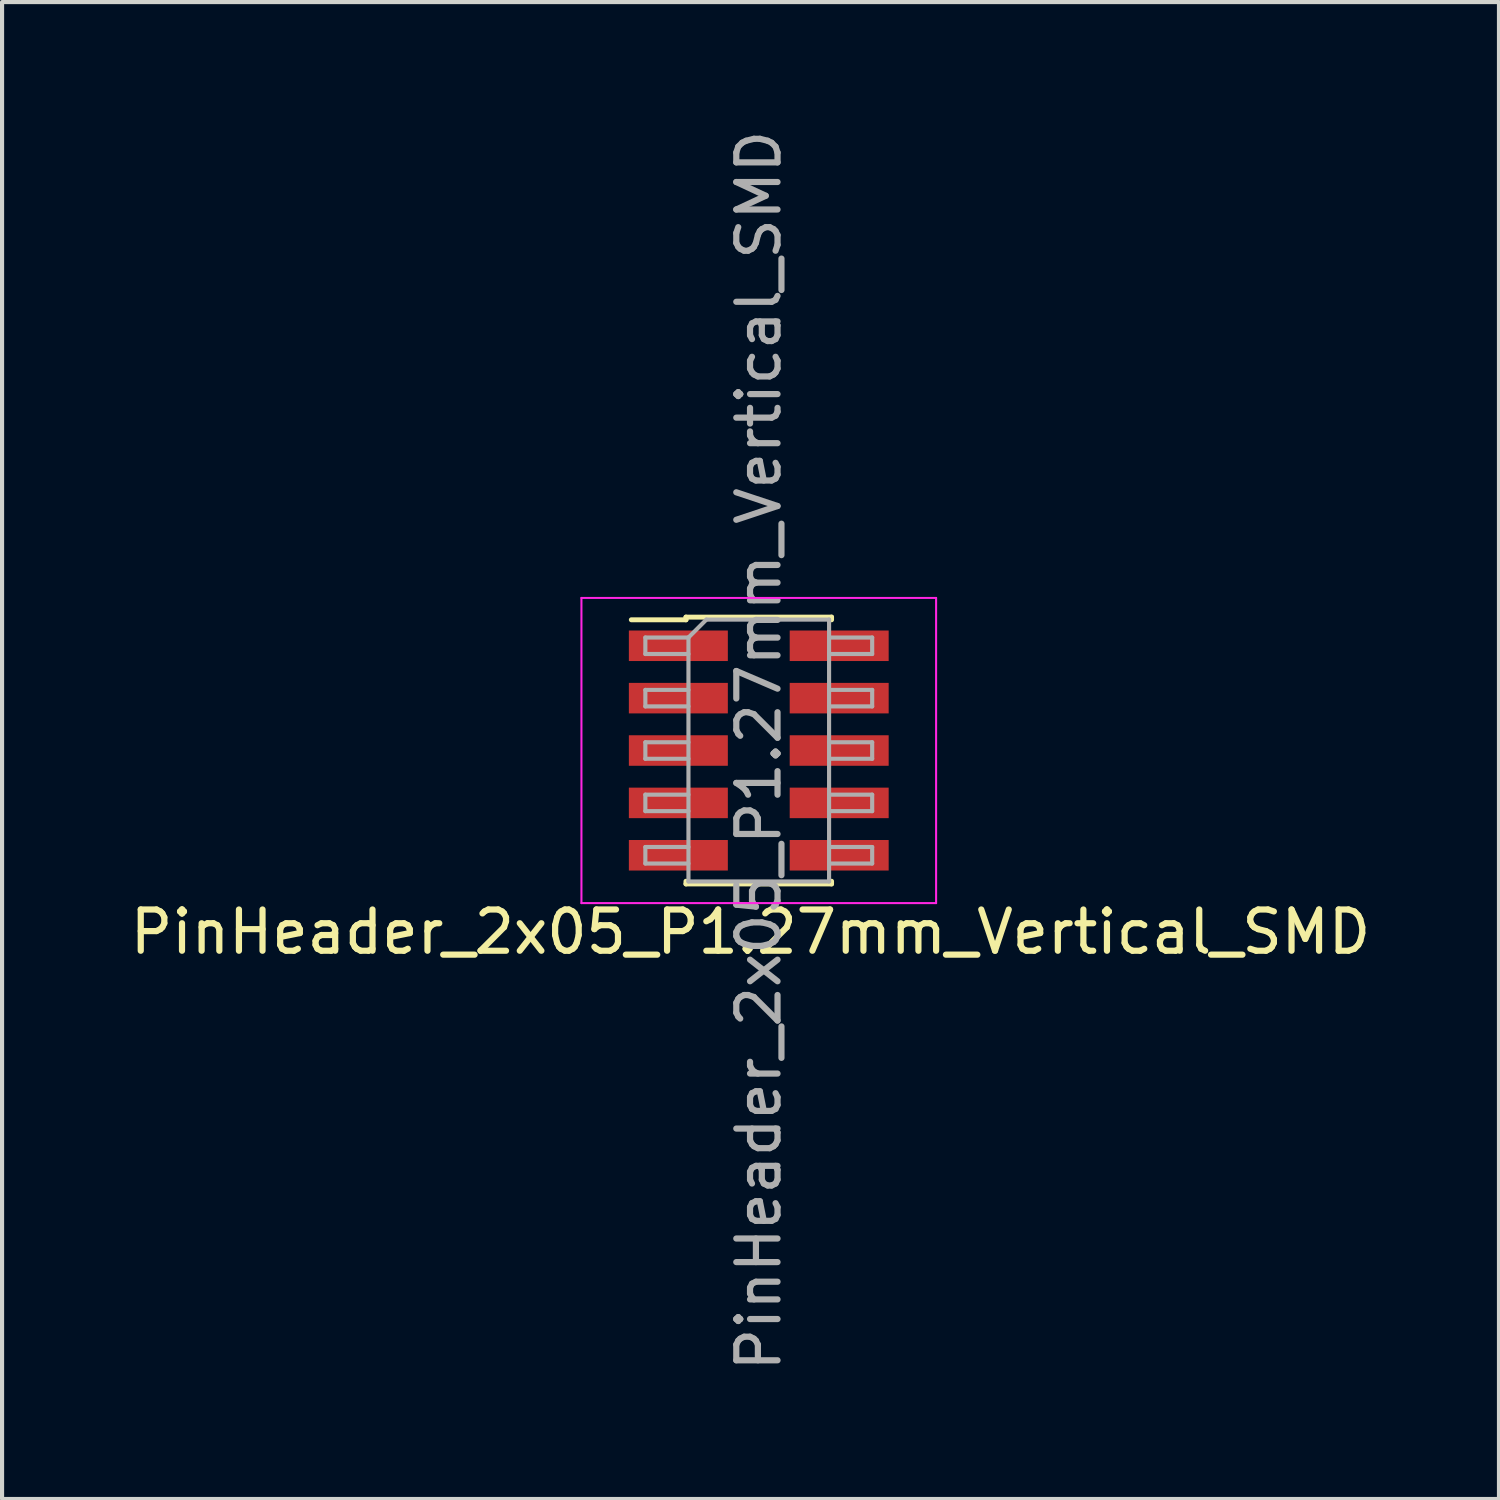
<source format=kicad_pcb>
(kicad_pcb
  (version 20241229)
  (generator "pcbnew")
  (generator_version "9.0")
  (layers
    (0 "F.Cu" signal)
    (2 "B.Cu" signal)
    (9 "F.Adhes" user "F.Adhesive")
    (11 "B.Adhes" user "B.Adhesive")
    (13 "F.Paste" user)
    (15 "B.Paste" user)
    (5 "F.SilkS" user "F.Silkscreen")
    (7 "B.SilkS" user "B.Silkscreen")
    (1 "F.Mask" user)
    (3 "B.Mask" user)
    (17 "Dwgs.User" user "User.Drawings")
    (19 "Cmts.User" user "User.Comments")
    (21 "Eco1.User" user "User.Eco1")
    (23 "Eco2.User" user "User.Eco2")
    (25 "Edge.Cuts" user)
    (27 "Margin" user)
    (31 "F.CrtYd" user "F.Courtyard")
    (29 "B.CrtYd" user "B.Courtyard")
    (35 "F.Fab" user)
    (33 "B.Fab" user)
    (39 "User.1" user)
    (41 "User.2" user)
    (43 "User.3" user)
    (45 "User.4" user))
  (footprint "PinHeader_2x05_P1.27mm_Vertical_SMD"
    (layer "F.Cu")
    (at 15.349 15.149)
    (property "Reference" "PinHeader_2x05_P1.27mm_Vertical_SMD" (at -0.2 4.4 0) (layer "F.SilkS") (effects (font (size 1 1) (thickness 0.15))))
    (attr smd)
    (fp_line (start -3.09 -3.17) (end -1.765 -3.17) (stroke (width 0.12) (type solid)) (layer "F.SilkS"))
    (fp_line (start -1.765 -3.235) (end -1.765 -3.17) (stroke (width 0.12) (type solid)) (layer "F.SilkS"))
    (fp_line (start -1.765 -3.235) (end 1.765 -3.235) (stroke (width 0.12) (type solid)) (layer "F.SilkS"))
    (fp_line (start -1.765 3.17) (end -1.765 3.235) (stroke (width 0.12) (type solid)) (layer "F.SilkS"))
    (fp_line (start -1.765 3.235) (end 1.765 3.235) (stroke (width 0.12) (type solid)) (layer "F.SilkS"))
    (fp_line (start 1.765 -3.235) (end 1.765 -3.17) (stroke (width 0.12) (type solid)) (layer "F.SilkS"))
    (fp_line (start 1.765 3.17) (end 1.765 3.235) (stroke (width 0.12) (type solid)) (layer "F.SilkS"))
    (fp_line (start -4.3 -3.7) (end -4.3 3.7) (stroke (width 0.05) (type solid)) (layer "F.CrtYd"))
    (fp_line (start -4.3 3.7) (end 4.3 3.7) (stroke (width 0.05) (type solid)) (layer "F.CrtYd"))
    (fp_line (start 4.3 -3.7) (end -4.3 -3.7) (stroke (width 0.05) (type solid)) (layer "F.CrtYd"))
    (fp_line (start 4.3 3.7) (end 4.3 -3.7) (stroke (width 0.05) (type solid)) (layer "F.CrtYd"))
    (fp_line (start -2.75 -2.74) (end -2.75 -2.34) (stroke (width 0.1) (type solid)) (layer "F.Fab"))
    (fp_line (start -2.75 -2.34) (end -1.705 -2.34) (stroke (width 0.1) (type solid)) (layer "F.Fab"))
    (fp_line (start -2.75 -1.47) (end -2.75 -1.07) (stroke (width 0.1) (type solid)) (layer "F.Fab"))
    (fp_line (start -2.75 -1.07) (end -1.705 -1.07) (stroke (width 0.1) (type solid)) (layer "F.Fab"))
    (fp_line (start -2.75 -0.2) (end -2.75 0.2) (stroke (width 0.1) (type solid)) (layer "F.Fab"))
    (fp_line (start -2.75 0.2) (end -1.705 0.2) (stroke (width 0.1) (type solid)) (layer "F.Fab"))
    (fp_line (start -2.75 1.07) (end -2.75 1.47) (stroke (width 0.1) (type solid)) (layer "F.Fab"))
    (fp_line (start -2.75 1.47) (end -1.705 1.47) (stroke (width 0.1) (type solid)) (layer "F.Fab"))
    (fp_line (start -2.75 2.34) (end -2.75 2.74) (stroke (width 0.1) (type solid)) (layer "F.Fab"))
    (fp_line (start -2.75 2.74) (end -1.705 2.74) (stroke (width 0.1) (type solid)) (layer "F.Fab"))
    (fp_line (start -1.705 -2.74) (end -2.75 -2.74) (stroke (width 0.1) (type solid)) (layer "F.Fab"))
    (fp_line (start -1.705 -2.74) (end -1.27 -3.175) (stroke (width 0.1) (type solid)) (layer "F.Fab"))
    (fp_line (start -1.705 -1.47) (end -2.75 -1.47) (stroke (width 0.1) (type solid)) (layer "F.Fab"))
    (fp_line (start -1.705 -0.2) (end -2.75 -0.2) (stroke (width 0.1) (type solid)) (layer "F.Fab"))
    (fp_line (start -1.705 1.07) (end -2.75 1.07) (stroke (width 0.1) (type solid)) (layer "F.Fab"))
    (fp_line (start -1.705 2.34) (end -2.75 2.34) (stroke (width 0.1) (type solid)) (layer "F.Fab"))
    (fp_line (start -1.705 3.175) (end -1.705 -2.74) (stroke (width 0.1) (type solid)) (layer "F.Fab"))
    (fp_line (start -1.27 -3.175) (end 1.705 -3.175) (stroke (width 0.1) (type solid)) (layer "F.Fab"))
    (fp_line (start 1.705 -3.175) (end 1.705 3.175) (stroke (width 0.1) (type solid)) (layer "F.Fab"))
    (fp_line (start 1.705 -2.74) (end 2.75 -2.74) (stroke (width 0.1) (type solid)) (layer "F.Fab"))
    (fp_line (start 1.705 -1.47) (end 2.75 -1.47) (stroke (width 0.1) (type solid)) (layer "F.Fab"))
    (fp_line (start 1.705 -0.2) (end 2.75 -0.2) (stroke (width 0.1) (type solid)) (layer "F.Fab"))
    (fp_line (start 1.705 1.07) (end 2.75 1.07) (stroke (width 0.1) (type solid)) (layer "F.Fab"))
    (fp_line (start 1.705 2.34) (end 2.75 2.34) (stroke (width 0.1) (type solid)) (layer "F.Fab"))
    (fp_line (start 1.705 3.175) (end -1.705 3.175) (stroke (width 0.1) (type solid)) (layer "F.Fab"))
    (fp_line (start 2.75 -2.74) (end 2.75 -2.34) (stroke (width 0.1) (type solid)) (layer "F.Fab"))
    (fp_line (start 2.75 -2.34) (end 1.705 -2.34) (stroke (width 0.1) (type solid)) (layer "F.Fab"))
    (fp_line (start 2.75 -1.47) (end 2.75 -1.07) (stroke (width 0.1) (type solid)) (layer "F.Fab"))
    (fp_line (start 2.75 -1.07) (end 1.705 -1.07) (stroke (width 0.1) (type solid)) (layer "F.Fab"))
    (fp_line (start 2.75 -0.2) (end 2.75 0.2) (stroke (width 0.1) (type solid)) (layer "F.Fab"))
    (fp_line (start 2.75 0.2) (end 1.705 0.2) (stroke (width 0.1) (type solid)) (layer "F.Fab"))
    (fp_line (start 2.75 1.07) (end 2.75 1.47) (stroke (width 0.1) (type solid)) (layer "F.Fab"))
    (fp_line (start 2.75 1.47) (end 1.705 1.47) (stroke (width 0.1) (type solid)) (layer "F.Fab"))
    (fp_line (start 2.75 2.34) (end 2.75 2.74) (stroke (width 0.1) (type solid)) (layer "F.Fab"))
    (fp_line (start 2.75 2.74) (end 1.705 2.74) (stroke (width 0.1) (type solid)) (layer "F.Fab"))
    (fp_text user "${REFERENCE}" (at 0 0 90) (layer "F.Fab") (effects (font (size 1 1) (thickness 0.15))))
    (pad "1" smd rect (at -1.95 -2.54) (size 2.4 0.74) (layers "F.Cu" "F.Mask" "F.Paste"))
    (pad "2" smd rect (at 1.95 -2.54) (size 2.4 0.74) (layers "F.Cu" "F.Mask" "F.Paste"))
    (pad "3" smd rect (at -1.95 -1.27) (size 2.4 0.74) (layers "F.Cu" "F.Mask" "F.Paste"))
    (pad "4" smd rect (at 1.95 -1.27) (size 2.4 0.74) (layers "F.Cu" "F.Mask" "F.Paste"))
    (pad "5" smd rect (at -1.95 0) (size 2.4 0.74) (layers "F.Cu" "F.Mask" "F.Paste"))
    (pad "6" smd rect (at 1.95 0) (size 2.4 0.74) (layers "F.Cu" "F.Mask" "F.Paste"))
    (pad "7" smd rect (at -1.95 1.27) (size 2.4 0.74) (layers "F.Cu" "F.Mask" "F.Paste"))
    (pad "8" smd rect (at 1.95 1.27) (size 2.4 0.74) (layers "F.Cu" "F.Mask" "F.Paste"))
    (pad "9" smd rect (at -1.95 2.54) (size 2.4 0.74) (layers "F.Cu" "F.Mask" "F.Paste"))
    (pad "10" smd rect (at 1.95 2.54) (size 2.4 0.74) (layers "F.Cu" "F.Mask" "F.Paste")))
  (gr_rect
    (start -3 -3)
    (end 33.298 33.298)
    (stroke (width 0.1) (type default))
    (fill no)
    (layer "Edge.Cuts")))
</source>
